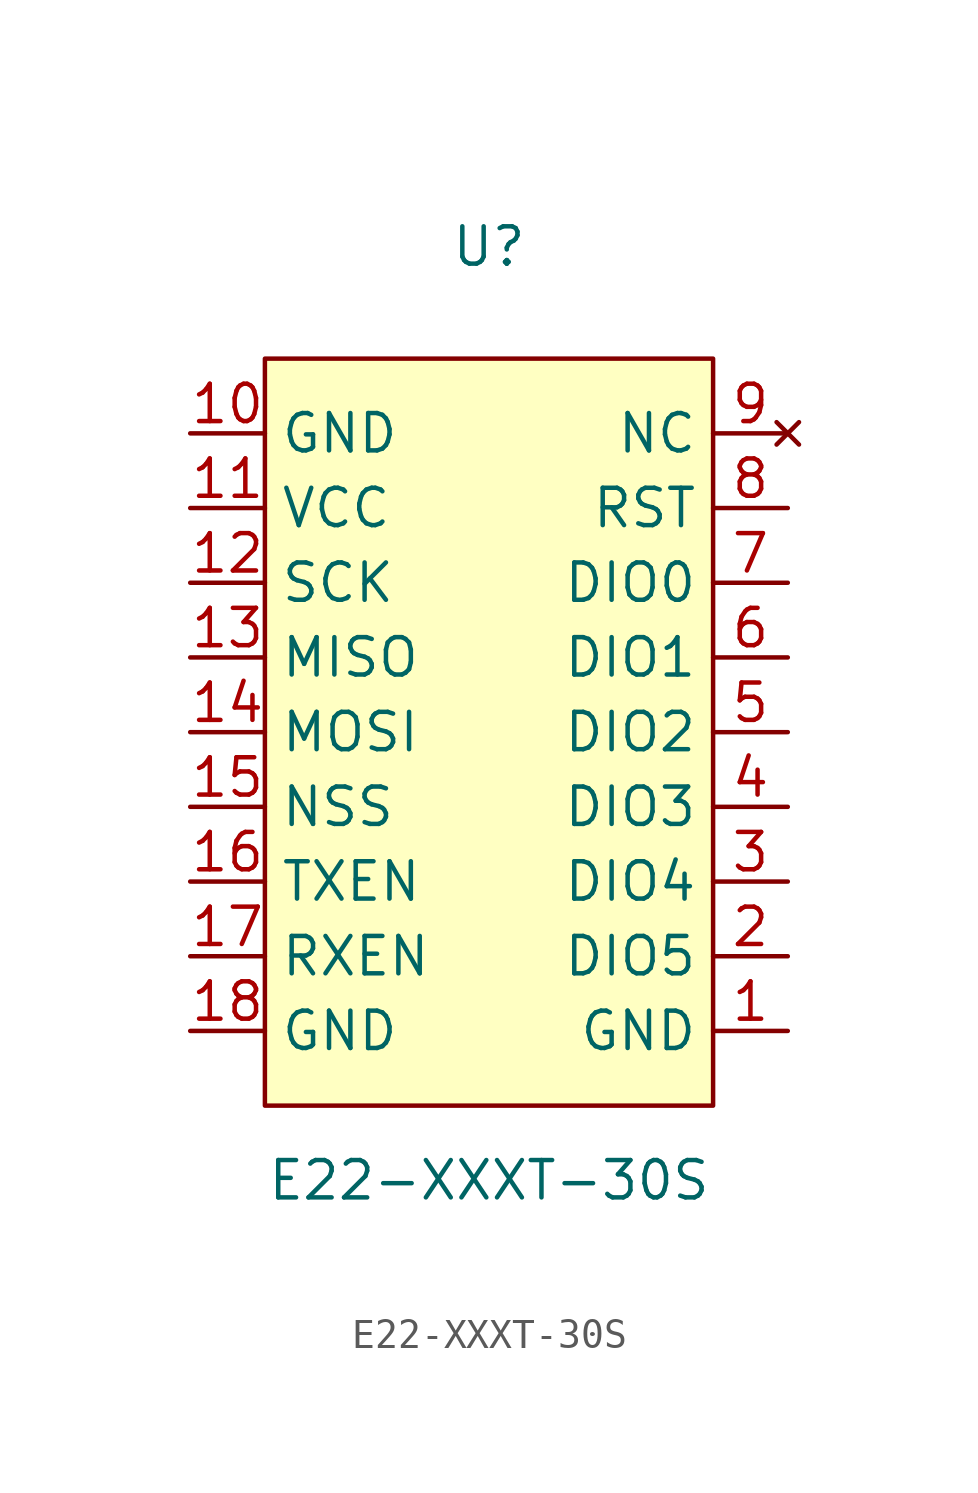
<source format=kicad_sym>
(kicad_symbol_lib
  (version 20211014)
  (generator kicad_symbol_editor)
  (symbol "E22-XXXT-30S"
    (property "Reference" "U"
      (at 0 10.16 0)
      (effects (font (size 1.27 1.27))))
    (property "Value" "E22-XXXT-30S"
      (at 0 -21.59 0)
      (effects (font (size 1.27 1.27))))
    (symbol "E22-XXXT-30S_0_1"
      (rectangle (start -7.62 6.35) (end 7.62 -19.05) (stroke (width 0.152) (type default) (color 0 0 0 0)) (fill (type background))))
    (symbol "E22-XXXT-30S_1_1"
      (pin power_in line (at 10.16 -16.51 180) (length 2.54) (name "GND" (effects (font (size 1.27 1.27)))) (number "1" (effects (font (size 1.27 1.27)))))
      (pin power_in line (at -10.16 3.81 0) (length 2.54) (name "GND" (effects (font (size 1.27 1.27)))) (number "10" (effects (font (size 1.27 1.27)))))
      (pin power_in line (at -10.16 1.27 0) (length 2.54) (name "VCC" (effects (font (size 1.27 1.27)))) (number "11" (effects (font (size 1.27 1.27)))))
      (pin input line (at -10.16 -1.27 0) (length 2.54) (name "SCK" (effects (font (size 1.27 1.27)))) (number "12" (effects (font (size 1.27 1.27)))))
      (pin output line (at -10.16 -3.81 0) (length 2.54) (name "MISO" (effects (font (size 1.27 1.27)))) (number "13" (effects (font (size 1.27 1.27)))))
      (pin input line (at -10.16 -6.35 0) (length 2.54) (name "MOSI" (effects (font (size 1.27 1.27)))) (number "14" (effects (font (size 1.27 1.27)))))
      (pin input line (at -10.16 -8.89 0) (length 2.54) (name "NSS" (effects (font (size 1.27 1.27)))) (number "15" (effects (font (size 1.27 1.27)))))
      (pin input line (at -10.16 -11.43 0) (length 2.54) (name "TXEN" (effects (font (size 1.27 1.27)))) (number "16" (effects (font (size 1.27 1.27)))))
      (pin input line (at -10.16 -13.97 0) (length 2.54) (name "RXEN" (effects (font (size 1.27 1.27)))) (number "17" (effects (font (size 1.27 1.27)))))
      (pin power_in line (at -10.16 -16.51 0) (length 2.54) (name "GND" (effects (font (size 1.27 1.27)))) (number "18" (effects (font (size 1.27 1.27)))))
      (pin bidirectional line (at 10.16 -13.97 180) (length 2.54) (name "DIO5" (effects (font (size 1.27 1.27)))) (number "2" (effects (font (size 1.27 1.27)))))
      (pin bidirectional line (at 10.16 -11.43 180) (length 2.54) (name "DIO4" (effects (font (size 1.27 1.27)))) (number "3" (effects (font (size 1.27 1.27)))))
      (pin bidirectional line (at 10.16 -8.89 180) (length 2.54) (name "DIO3" (effects (font (size 1.27 1.27)))) (number "4" (effects (font (size 1.27 1.27)))))
      (pin bidirectional line (at 10.16 -6.35 180) (length 2.54) (name "DIO2" (effects (font (size 1.27 1.27)))) (number "5" (effects (font (size 1.27 1.27)))))
      (pin bidirectional line (at 10.16 -3.81 180) (length 2.54) (name "DIO1" (effects (font (size 1.27 1.27)))) (number "6" (effects (font (size 1.27 1.27)))))
      (pin bidirectional line (at 10.16 -1.27 180) (length 2.54) (name "DIO0" (effects (font (size 1.27 1.27)))) (number "7" (effects (font (size 1.27 1.27)))))
      (pin input line (at 10.16 1.27 180) (length 2.54) (name "RST" (effects (font (size 1.27 1.27)))) (number "8" (effects (font (size 1.27 1.27)))))
      (pin no_connect line (at 10.16 3.81 180) (length 2.54) (name "NC" (effects (font (size 1.27 1.27)))) (number "9" (effects (font (size 1.27 1.27))))))))
</source>
